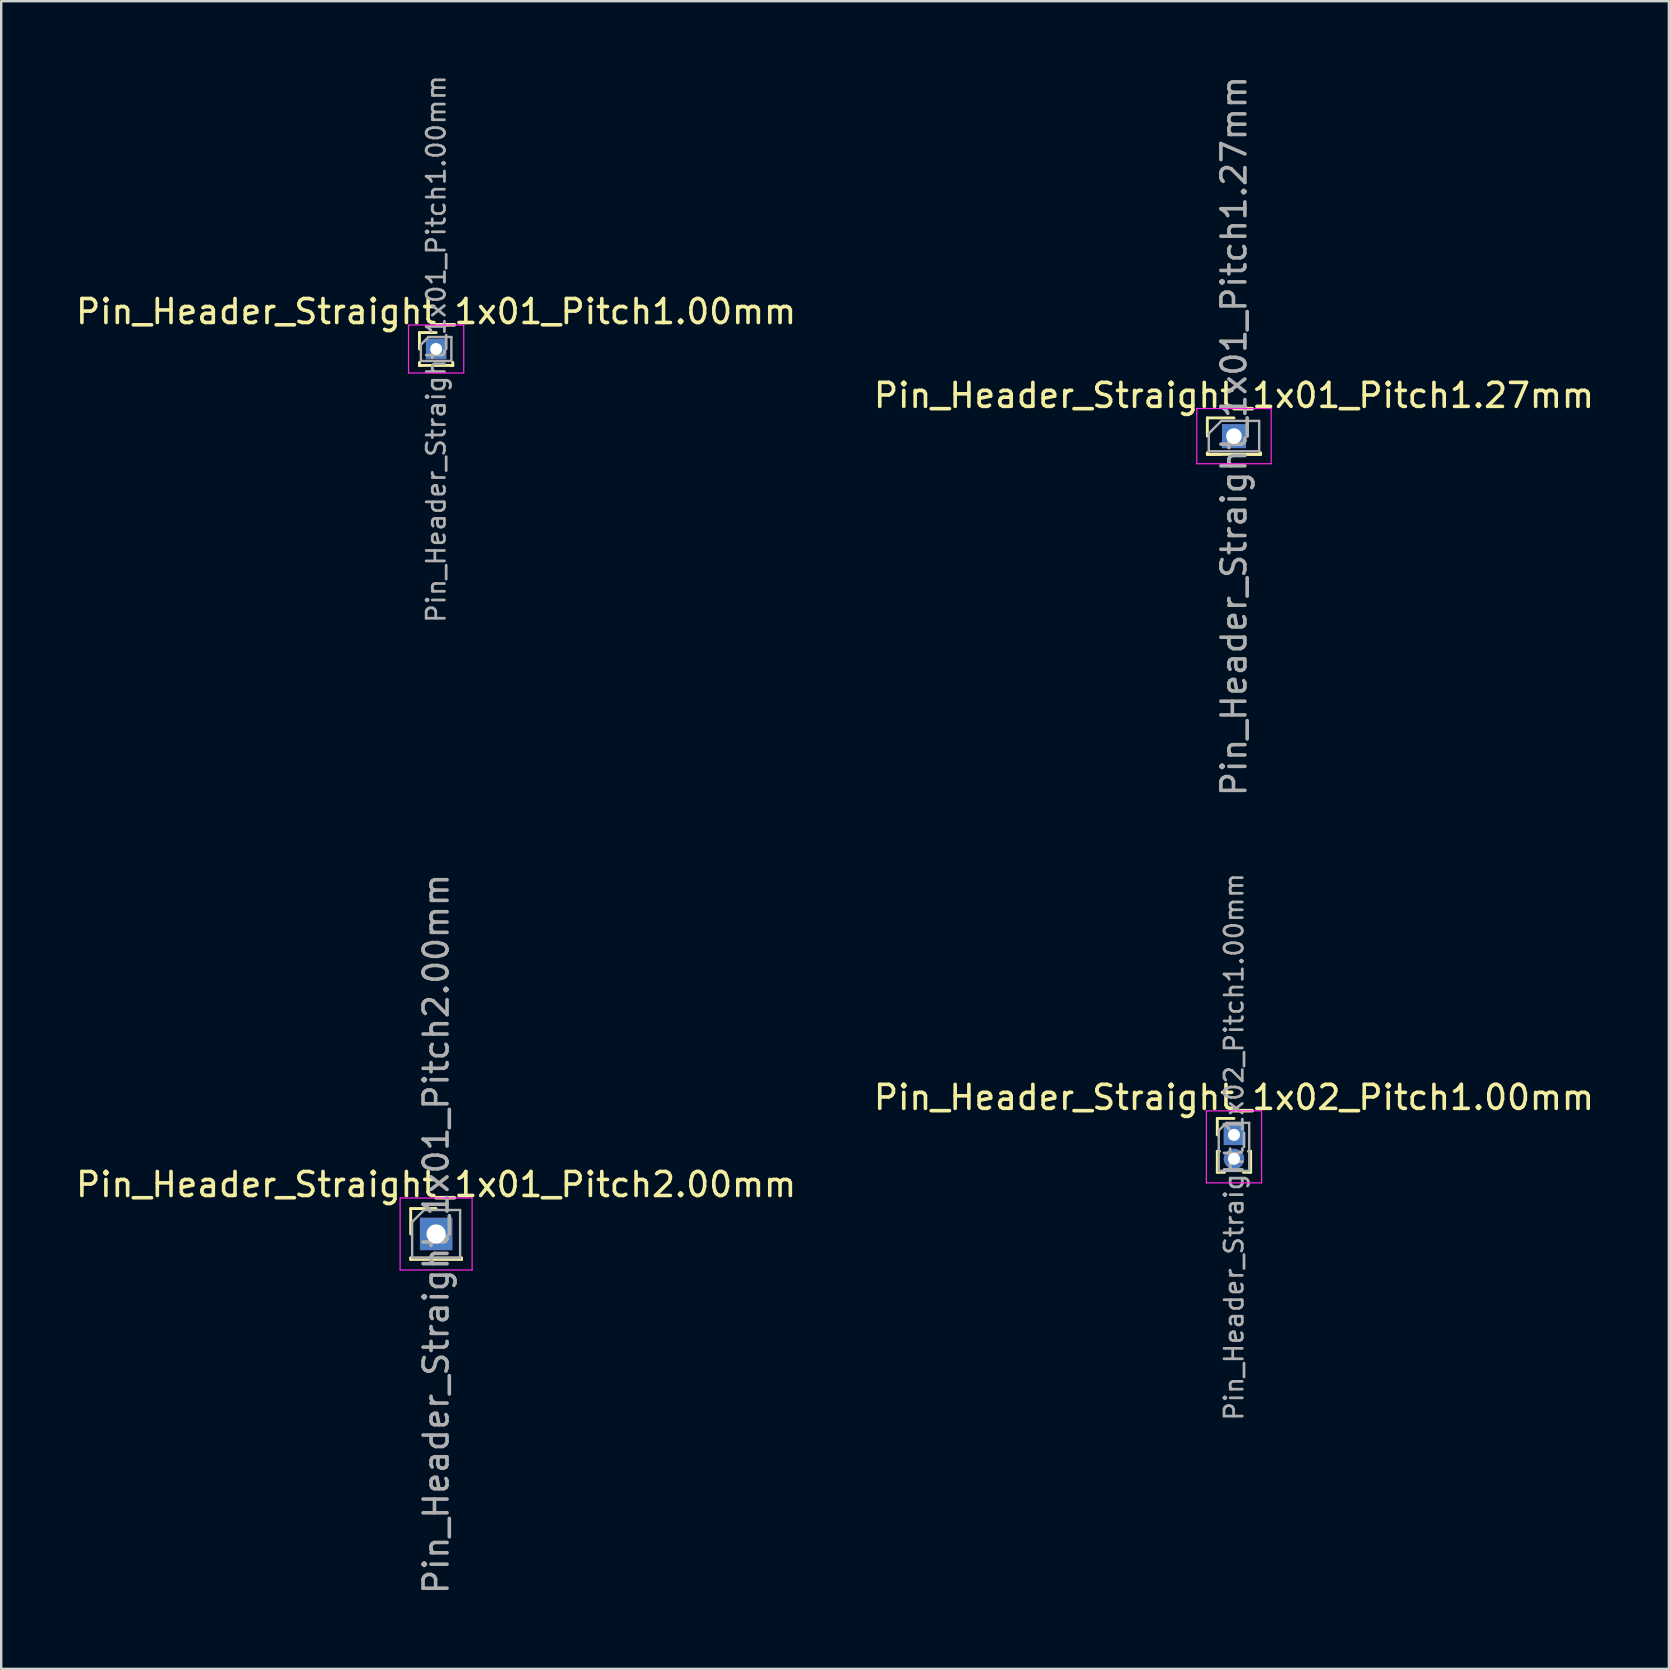
<source format=kicad_pcb>
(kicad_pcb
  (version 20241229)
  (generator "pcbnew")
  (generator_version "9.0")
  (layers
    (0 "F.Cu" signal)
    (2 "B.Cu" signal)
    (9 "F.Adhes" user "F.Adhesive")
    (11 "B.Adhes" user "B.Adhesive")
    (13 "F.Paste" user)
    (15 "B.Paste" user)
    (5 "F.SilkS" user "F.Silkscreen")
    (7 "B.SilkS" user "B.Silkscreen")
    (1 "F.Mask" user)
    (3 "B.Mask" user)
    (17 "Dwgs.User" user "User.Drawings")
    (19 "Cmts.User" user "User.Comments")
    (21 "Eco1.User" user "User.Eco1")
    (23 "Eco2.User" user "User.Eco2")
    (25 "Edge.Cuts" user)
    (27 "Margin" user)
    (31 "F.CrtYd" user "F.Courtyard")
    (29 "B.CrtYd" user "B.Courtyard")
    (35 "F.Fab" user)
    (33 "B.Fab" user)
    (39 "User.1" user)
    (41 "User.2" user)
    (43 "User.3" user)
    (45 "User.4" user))
  (footprint "Pin_Header_Straight_1x01_Pitch2.00mm"
    (layer "F.Cu")
    (at 15.125 48.375)
    (property "Reference" "Pin_Header_Straight_1x01_Pitch2.00mm" (at 0 -2.06 0) (layer "F.SilkS") (effects (font (size 1 1) (thickness 0.15))))
    (attr through_hole)
    (fp_line (start -1.06 -1.06) (end 0 -1.06) (stroke (width 0.12) (type solid)) (layer "F.SilkS"))
    (fp_line (start -1.06 0) (end -1.06 -1.06) (stroke (width 0.12) (type solid)) (layer "F.SilkS"))
    (fp_line (start -1.06 1) (end -1.06 1.06) (stroke (width 0.12) (type solid)) (layer "F.SilkS"))
    (fp_line (start -1.06 1) (end 1.06 1) (stroke (width 0.12) (type solid)) (layer "F.SilkS"))
    (fp_line (start -1.06 1.06) (end 1.06 1.06) (stroke (width 0.12) (type solid)) (layer "F.SilkS"))
    (fp_line (start 1.06 1) (end 1.06 1.06) (stroke (width 0.12) (type solid)) (layer "F.SilkS"))
    (fp_line (start -1.5 -1.5) (end -1.5 1.5) (stroke (width 0.05) (type solid)) (layer "F.CrtYd"))
    (fp_line (start -1.5 1.5) (end 1.5 1.5) (stroke (width 0.05) (type solid)) (layer "F.CrtYd"))
    (fp_line (start 1.5 -1.5) (end -1.5 -1.5) (stroke (width 0.05) (type solid)) (layer "F.CrtYd"))
    (fp_line (start 1.5 1.5) (end 1.5 -1.5) (stroke (width 0.05) (type solid)) (layer "F.CrtYd"))
    (fp_line (start -1 -0.5) (end -0.5 -1) (stroke (width 0.1) (type solid)) (layer "F.Fab"))
    (fp_line (start -1 1) (end -1 -0.5) (stroke (width 0.1) (type solid)) (layer "F.Fab"))
    (fp_line (start -0.5 -1) (end 1 -1) (stroke (width 0.1) (type solid)) (layer "F.Fab"))
    (fp_line (start 1 -1) (end 1 1) (stroke (width 0.1) (type solid)) (layer "F.Fab"))
    (fp_line (start 1 1) (end -1 1) (stroke (width 0.1) (type solid)) (layer "F.Fab"))
    (fp_text user "${REFERENCE}" (at 0 0 90) (layer "F.Fab") (effects (font (size 1 1) (thickness 0.15))))
    (pad "1" thru_hole rect (at 0 0) (size 1.35 1.35) (drill 0.8) (layers "*.Cu" "*.Mask")))
  (footprint "Pin_Header_Straight_1x01_Pitch1.27mm"
    (layer "F.Cu")
    (at 48.375 15.125)
    (property "Reference" "Pin_Header_Straight_1x01_Pitch1.27mm" (at 0 -1.695 0) (layer "F.SilkS") (effects (font (size 1 1) (thickness 0.15))))
    (attr through_hole)
    (fp_line (start -1.11 -0.76) (end 0 -0.76) (stroke (width 0.12) (type solid)) (layer "F.SilkS"))
    (fp_line (start -1.11 0) (end -1.11 -0.76) (stroke (width 0.12) (type solid)) (layer "F.SilkS"))
    (fp_line (start -1.11 0.76) (end -1.11 0.695) (stroke (width 0.12) (type solid)) (layer "F.SilkS"))
    (fp_line (start -1.11 0.76) (end -0.563 0.76) (stroke (width 0.12) (type solid)) (layer "F.SilkS"))
    (fp_line (start -1.11 0.76) (end 1.11 0.76) (stroke (width 0.12) (type solid)) (layer "F.SilkS"))
    (fp_line (start 0.563 0.76) (end 1.11 0.76) (stroke (width 0.12) (type solid)) (layer "F.SilkS"))
    (fp_line (start 1.11 0.76) (end 1.11 0.695) (stroke (width 0.12) (type solid)) (layer "F.SilkS"))
    (fp_line (start -1.55 -1.15) (end -1.55 1.15) (stroke (width 0.05) (type solid)) (layer "F.CrtYd"))
    (fp_line (start -1.55 1.15) (end 1.55 1.15) (stroke (width 0.05) (type solid)) (layer "F.CrtYd"))
    (fp_line (start 1.55 -1.15) (end -1.55 -1.15) (stroke (width 0.05) (type solid)) (layer "F.CrtYd"))
    (fp_line (start 1.55 1.15) (end 1.55 -1.15) (stroke (width 0.05) (type solid)) (layer "F.CrtYd"))
    (fp_line (start -1.05 -0.11) (end -0.525 -0.635) (stroke (width 0.1) (type solid)) (layer "F.Fab"))
    (fp_line (start -1.05 0.635) (end -1.05 -0.11) (stroke (width 0.1) (type solid)) (layer "F.Fab"))
    (fp_line (start -0.525 -0.635) (end 1.05 -0.635) (stroke (width 0.1) (type solid)) (layer "F.Fab"))
    (fp_line (start 1.05 -0.635) (end 1.05 0.635) (stroke (width 0.1) (type solid)) (layer "F.Fab"))
    (fp_line (start 1.05 0.635) (end -1.05 0.635) (stroke (width 0.1) (type solid)) (layer "F.Fab"))
    (fp_text user "${REFERENCE}" (at 0 0 90) (layer "F.Fab") (effects (font (size 1 1) (thickness 0.15))))
    (pad "1" thru_hole rect (at 0 0) (size 1 1) (drill 0.65) (layers "*.Cu" "*.Mask")))
  (footprint "Pin_Header_Straight_1x02_Pitch1.00mm"
    (layer "F.Cu")
    (at 48.375 44.245)
    (property "Reference" "Pin_Header_Straight_1x02_Pitch1.00mm" (at 0 -1.56 0) (layer "F.SilkS") (effects (font (size 1 1) (thickness 0.15))))
    (attr through_hole)
    (fp_line (start -0.695 -0.685) (end 0 -0.685) (stroke (width 0.12) (type solid)) (layer "F.SilkS"))
    (fp_line (start -0.695 0) (end -0.695 -0.685) (stroke (width 0.12) (type solid)) (layer "F.SilkS"))
    (fp_line (start -0.695 0.685) (end -0.695 1.56) (stroke (width 0.12) (type solid)) (layer "F.SilkS"))
    (fp_line (start -0.695 0.685) (end -0.608 0.685) (stroke (width 0.12) (type solid)) (layer "F.SilkS"))
    (fp_line (start -0.695 1.56) (end -0.394 1.56) (stroke (width 0.12) (type solid)) (layer "F.SilkS"))
    (fp_line (start 0.394 1.56) (end 0.695 1.56) (stroke (width 0.12) (type solid)) (layer "F.SilkS"))
    (fp_line (start 0.608 0.685) (end 0.695 0.685) (stroke (width 0.12) (type solid)) (layer "F.SilkS"))
    (fp_line (start 0.695 0.685) (end 0.695 1.56) (stroke (width 0.12) (type solid)) (layer "F.SilkS"))
    (fp_line (start -1.15 -1) (end -1.15 2) (stroke (width 0.05) (type solid)) (layer "F.CrtYd"))
    (fp_line (start -1.15 2) (end 1.15 2) (stroke (width 0.05) (type solid)) (layer "F.CrtYd"))
    (fp_line (start 1.15 -1) (end -1.15 -1) (stroke (width 0.05) (type solid)) (layer "F.CrtYd"))
    (fp_line (start 1.15 2) (end 1.15 -1) (stroke (width 0.05) (type solid)) (layer "F.CrtYd"))
    (fp_line (start -0.635 -0.182) (end -0.318 -0.5) (stroke (width 0.1) (type solid)) (layer "F.Fab"))
    (fp_line (start -0.635 1.5) (end -0.635 -0.182) (stroke (width 0.1) (type solid)) (layer "F.Fab"))
    (fp_line (start -0.318 -0.5) (end 0.635 -0.5) (stroke (width 0.1) (type solid)) (layer "F.Fab"))
    (fp_line (start 0.635 -0.5) (end 0.635 1.5) (stroke (width 0.1) (type solid)) (layer "F.Fab"))
    (fp_line (start 0.635 1.5) (end -0.635 1.5) (stroke (width 0.1) (type solid)) (layer "F.Fab"))
    (fp_text user "${REFERENCE}" (at 0 0.5 90) (layer "F.Fab") (effects (font (size 0.76 0.76) (thickness 0.114))))
    (pad "1" thru_hole rect (at 0 0) (size 0.85 0.85) (drill 0.5) (layers "*.Cu" "*.Mask"))
    (pad "2" thru_hole oval (at 0 1) (size 0.85 0.85) (drill 0.5) (layers "*.Cu" "*.Mask")))
  (footprint "Pin_Header_Straight_1x01_Pitch1.00mm"
    (layer "F.Cu")
    (at 15.125 11.495)
    (property "Reference" "Pin_Header_Straight_1x01_Pitch1.00mm" (at 0 -1.56 0) (layer "F.SilkS") (effects (font (size 1 1) (thickness 0.15))))
    (attr through_hole)
    (fp_line (start -0.695 -0.685) (end 0 -0.685) (stroke (width 0.12) (type solid)) (layer "F.SilkS"))
    (fp_line (start -0.695 0) (end -0.695 -0.685) (stroke (width 0.12) (type solid)) (layer "F.SilkS"))
    (fp_line (start -0.695 0.685) (end -0.695 0.56) (stroke (width 0.12) (type solid)) (layer "F.SilkS"))
    (fp_line (start -0.695 0.685) (end -0.608 0.685) (stroke (width 0.12) (type solid)) (layer "F.SilkS"))
    (fp_line (start -0.695 0.685) (end 0.695 0.685) (stroke (width 0.12) (type solid)) (layer "F.SilkS"))
    (fp_line (start 0.608 0.685) (end 0.695 0.685) (stroke (width 0.12) (type solid)) (layer "F.SilkS"))
    (fp_line (start 0.695 0.685) (end 0.695 0.56) (stroke (width 0.12) (type solid)) (layer "F.SilkS"))
    (fp_line (start -1.15 -1) (end -1.15 1) (stroke (width 0.05) (type solid)) (layer "F.CrtYd"))
    (fp_line (start -1.15 1) (end 1.15 1) (stroke (width 0.05) (type solid)) (layer "F.CrtYd"))
    (fp_line (start 1.15 -1) (end -1.15 -1) (stroke (width 0.05) (type solid)) (layer "F.CrtYd"))
    (fp_line (start 1.15 1) (end 1.15 -1) (stroke (width 0.05) (type solid)) (layer "F.CrtYd"))
    (fp_line (start -0.635 -0.182) (end -0.318 -0.5) (stroke (width 0.1) (type solid)) (layer "F.Fab"))
    (fp_line (start -0.635 0.5) (end -0.635 -0.182) (stroke (width 0.1) (type solid)) (layer "F.Fab"))
    (fp_line (start -0.318 -0.5) (end 0.635 -0.5) (stroke (width 0.1) (type solid)) (layer "F.Fab"))
    (fp_line (start 0.635 -0.5) (end 0.635 0.5) (stroke (width 0.1) (type solid)) (layer "F.Fab"))
    (fp_line (start 0.635 0.5) (end -0.635 0.5) (stroke (width 0.1) (type solid)) (layer "F.Fab"))
    (fp_text user "${REFERENCE}" (at 0 0 90) (layer "F.Fab") (effects (font (size 0.76 0.76) (thickness 0.114))))
    (pad "1" thru_hole rect (at 0 0) (size 0.85 0.85) (drill 0.5) (layers "*.Cu" "*.Mask")))
  (gr_rect
    (start -3 -3)
    (end 66.5 66.5)
    (stroke (width 0.1) (type default))
    (fill no)
    (layer "Edge.Cuts")))
</source>
